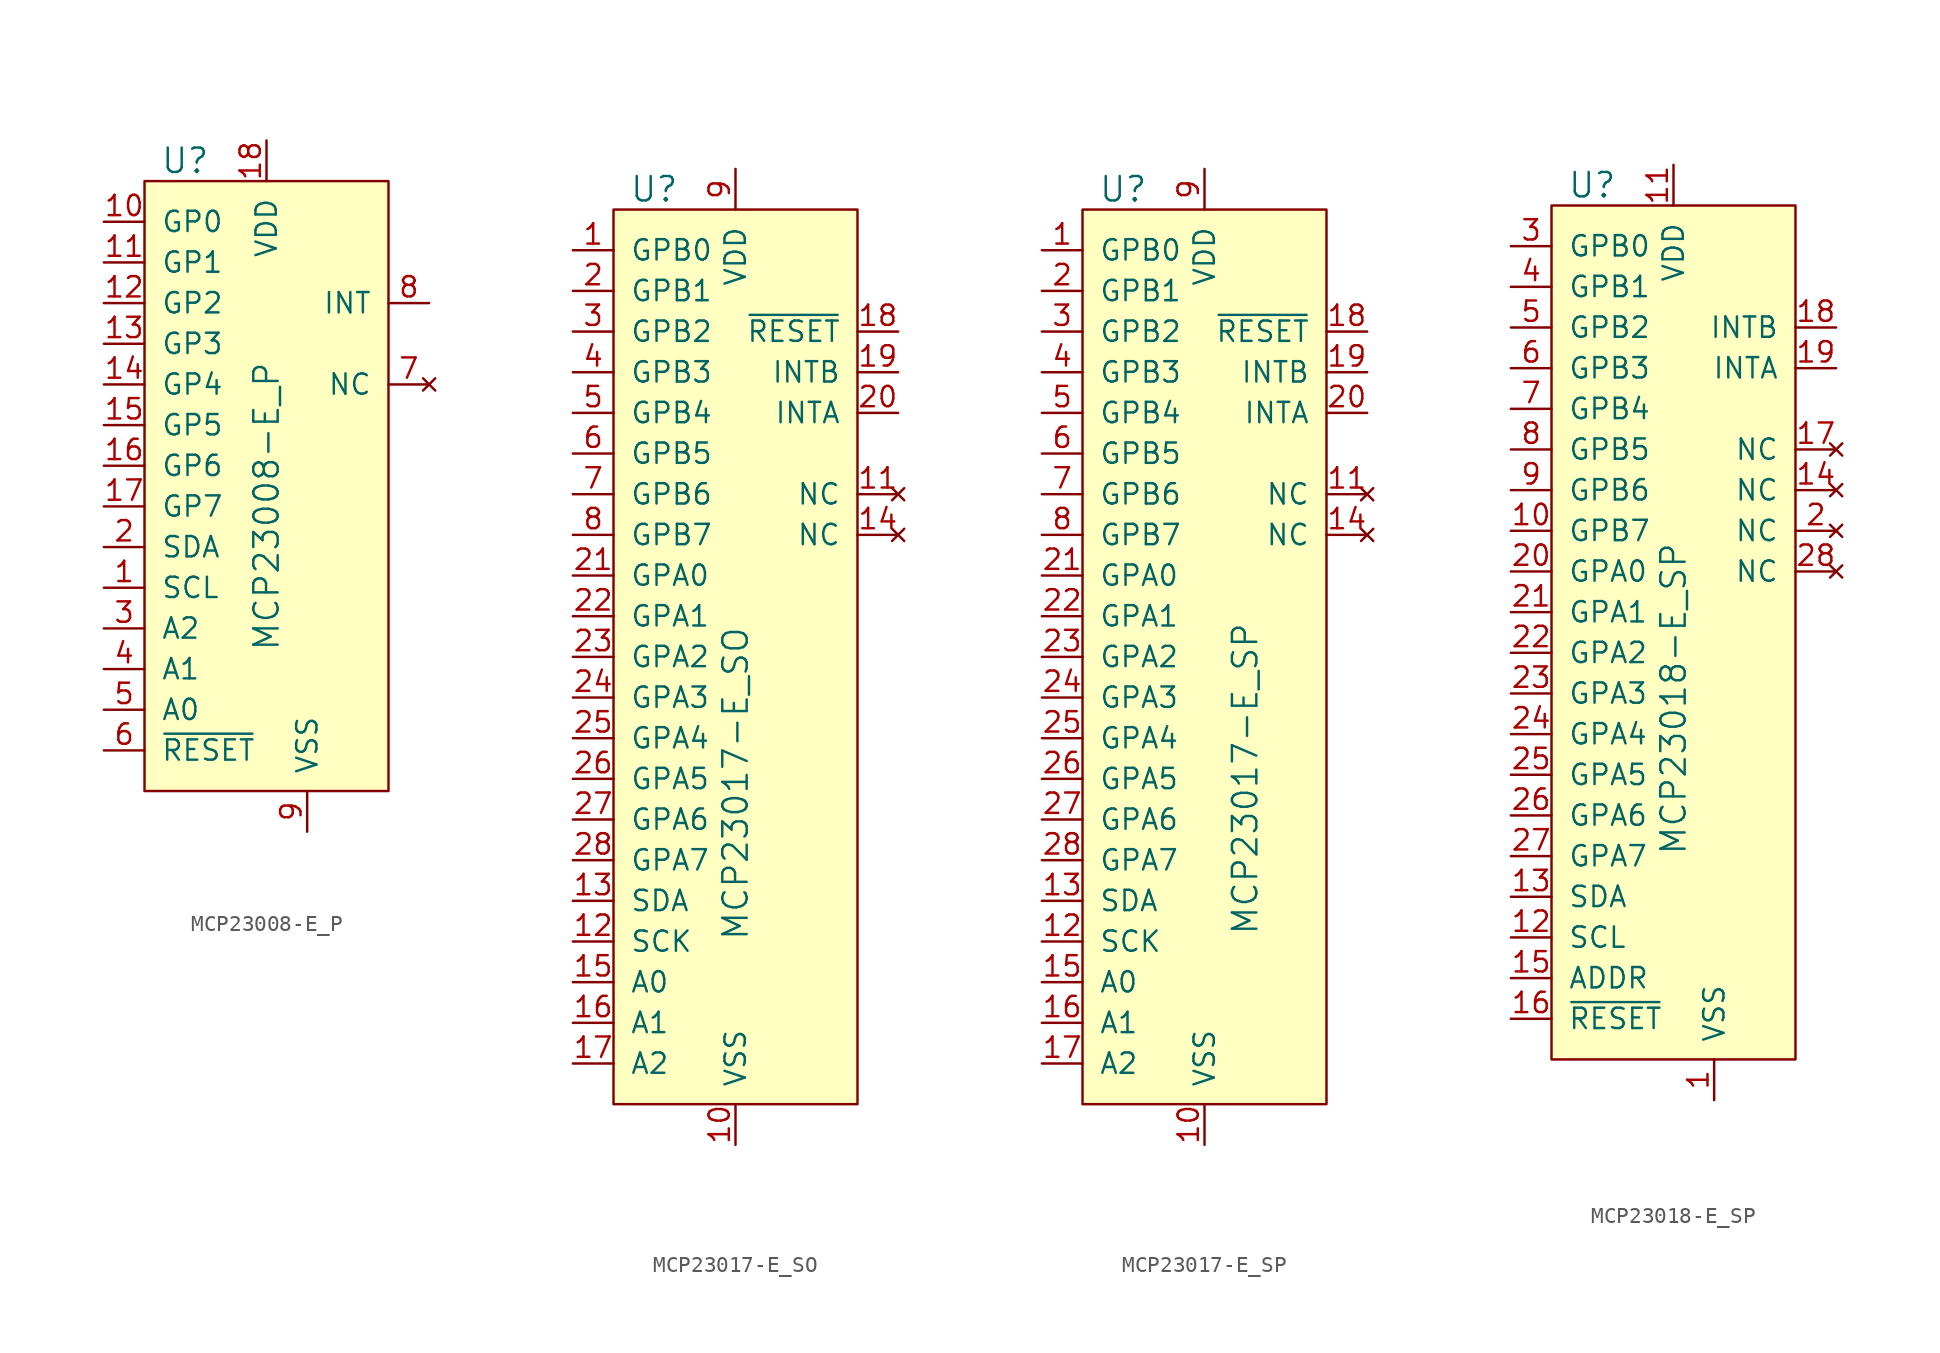
<source format=kicad_sym>
(kicad_symbol_lib
  (version 20211014)
  (generator kicad_symbol_editor)
  (symbol "MCP23008-E_P"
    (pin_names
      (offset 1.016))
    (property "Reference" "U"
      (at -7.62 16.51 0)
      (effects (font (size 1.524 1.524))))
    (property "Value" "MCP23008-E_P"
      (at -2.54 -5.08 90)
      (effects (font (size 1.524 1.524))))
    (symbol "MCP23008-E_P_0_1"
      (rectangle (start -10.16 15.24) (end 5.08 -22.86) (stroke (width 0) (type default) (color 0 0 0 0)) (fill (type background))))
    (symbol "MCP23008-E_P_1_1"
      (pin input line (at -12.7 -10.16 0) (length 2.54) (name "SCL" (effects (font (size 1.27 1.27)))) (number "1" (effects (font (size 1.27 1.27)))))
      (pin bidirectional line (at -12.7 12.7 0) (length 2.54) (name "GP0" (effects (font (size 1.27 1.27)))) (number "10" (effects (font (size 1.27 1.27)))))
      (pin bidirectional line (at -12.7 10.16 0) (length 2.54) (name "GP1" (effects (font (size 1.27 1.27)))) (number "11" (effects (font (size 1.27 1.27)))))
      (pin bidirectional line (at -12.7 7.62 0) (length 2.54) (name "GP2" (effects (font (size 1.27 1.27)))) (number "12" (effects (font (size 1.27 1.27)))))
      (pin bidirectional line (at -12.7 5.08 0) (length 2.54) (name "GP3" (effects (font (size 1.27 1.27)))) (number "13" (effects (font (size 1.27 1.27)))))
      (pin bidirectional line (at -12.7 2.54 0) (length 2.54) (name "GP4" (effects (font (size 1.27 1.27)))) (number "14" (effects (font (size 1.27 1.27)))))
      (pin bidirectional line (at -12.7 0 0) (length 2.54) (name "GP5" (effects (font (size 1.27 1.27)))) (number "15" (effects (font (size 1.27 1.27)))))
      (pin bidirectional line (at -12.7 -2.54 0) (length 2.54) (name "GP6" (effects (font (size 1.27 1.27)))) (number "16" (effects (font (size 1.27 1.27)))))
      (pin bidirectional line (at -12.7 -5.08 0) (length 2.54) (name "GP7" (effects (font (size 1.27 1.27)))) (number "17" (effects (font (size 1.27 1.27)))))
      (pin power_in line (at -2.54 17.78 270) (length 2.54) (name "VDD" (effects (font (size 1.27 1.27)))) (number "18" (effects (font (size 1.27 1.27)))))
      (pin bidirectional line (at -12.7 -7.62 0) (length 2.54) (name "SDA" (effects (font (size 1.27 1.27)))) (number "2" (effects (font (size 1.27 1.27)))))
      (pin input line (at -12.7 -12.7 0) (length 2.54) (name "A2" (effects (font (size 1.27 1.27)))) (number "3" (effects (font (size 1.27 1.27)))))
      (pin input line (at -12.7 -15.24 0) (length 2.54) (name "A1" (effects (font (size 1.27 1.27)))) (number "4" (effects (font (size 1.27 1.27)))))
      (pin input line (at -12.7 -17.78 0) (length 2.54) (name "A0" (effects (font (size 1.27 1.27)))) (number "5" (effects (font (size 1.27 1.27)))))
      (pin input line (at -12.7 -20.32 0) (length 2.54) (name "~{RESET}" (effects (font (size 1.27 1.27)))) (number "6" (effects (font (size 1.27 1.27)))))
      (pin no_connect line (at 7.62 2.54 180) (length 2.54) (name "NC" (effects (font (size 1.27 1.27)))) (number "7" (effects (font (size 1.27 1.27)))))
      (pin output line (at 7.62 7.62 180) (length 2.54) (name "INT" (effects (font (size 1.27 1.27)))) (number "8" (effects (font (size 1.27 1.27)))))
      (pin power_in line (at 0 -25.4 90) (length 2.54) (name "VSS" (effects (font (size 1.27 1.27)))) (number "9" (effects (font (size 1.27 1.27)))))))
  (symbol "MCP23017-E_SO"
    (pin_names
      (offset 1.016))
    (property "Reference" "U"
      (at -2.54 19.05 0)
      (effects (font (size 1.524 1.524))))
    (property "Value" "MCP23017-E_SO"
      (at 2.54 -27.94 90)
      (effects (font (size 1.524 1.524)) (justify left)))
    (symbol "MCP23017-E_SO_0_1"
      (rectangle (start -5.08 17.78) (end 10.16 -38.1) (stroke (width 0) (type default) (color 0 0 0 0)) (fill (type background))))
    (symbol "MCP23017-E_SO_1_1"
      (pin bidirectional line (at -7.62 15.24 0) (length 2.54) (name "GPB0" (effects (font (size 1.27 1.27)))) (number "1" (effects (font (size 1.27 1.27)))))
      (pin power_in line (at 2.54 -40.64 90) (length 2.54) (name "VSS" (effects (font (size 1.27 1.27)))) (number "10" (effects (font (size 1.27 1.27)))))
      (pin no_connect line (at 12.7 0 180) (length 2.54) (name "NC" (effects (font (size 1.27 1.27)))) (number "11" (effects (font (size 1.27 1.27)))))
      (pin input line (at -7.62 -27.94 0) (length 2.54) (name "SCK" (effects (font (size 1.27 1.27)))) (number "12" (effects (font (size 1.27 1.27)))))
      (pin bidirectional line (at -7.62 -25.4 0) (length 2.54) (name "SDA" (effects (font (size 1.27 1.27)))) (number "13" (effects (font (size 1.27 1.27)))))
      (pin no_connect line (at 12.7 -2.54 180) (length 2.54) (name "NC" (effects (font (size 1.27 1.27)))) (number "14" (effects (font (size 1.27 1.27)))))
      (pin input line (at -7.62 -30.48 0) (length 2.54) (name "A0" (effects (font (size 1.27 1.27)))) (number "15" (effects (font (size 1.27 1.27)))))
      (pin input line (at -7.62 -33.02 0) (length 2.54) (name "A1" (effects (font (size 1.27 1.27)))) (number "16" (effects (font (size 1.27 1.27)))))
      (pin input line (at -7.62 -35.56 0) (length 2.54) (name "A2" (effects (font (size 1.27 1.27)))) (number "17" (effects (font (size 1.27 1.27)))))
      (pin output line (at 12.7 10.16 180) (length 2.54) (name "~{RESET}" (effects (font (size 1.27 1.27)))) (number "18" (effects (font (size 1.27 1.27)))))
      (pin output line (at 12.7 7.62 180) (length 2.54) (name "INTB" (effects (font (size 1.27 1.27)))) (number "19" (effects (font (size 1.27 1.27)))))
      (pin bidirectional line (at -7.62 12.7 0) (length 2.54) (name "GPB1" (effects (font (size 1.27 1.27)))) (number "2" (effects (font (size 1.27 1.27)))))
      (pin output line (at 12.7 5.08 180) (length 2.54) (name "INTA" (effects (font (size 1.27 1.27)))) (number "20" (effects (font (size 1.27 1.27)))))
      (pin bidirectional line (at -7.62 -5.08 0) (length 2.54) (name "GPA0" (effects (font (size 1.27 1.27)))) (number "21" (effects (font (size 1.27 1.27)))))
      (pin bidirectional line (at -7.62 -7.62 0) (length 2.54) (name "GPA1" (effects (font (size 1.27 1.27)))) (number "22" (effects (font (size 1.27 1.27)))))
      (pin bidirectional line (at -7.62 -10.16 0) (length 2.54) (name "GPA2" (effects (font (size 1.27 1.27)))) (number "23" (effects (font (size 1.27 1.27)))))
      (pin bidirectional line (at -7.62 -12.7 0) (length 2.54) (name "GPA3" (effects (font (size 1.27 1.27)))) (number "24" (effects (font (size 1.27 1.27)))))
      (pin bidirectional line (at -7.62 -15.24 0) (length 2.54) (name "GPA4" (effects (font (size 1.27 1.27)))) (number "25" (effects (font (size 1.27 1.27)))))
      (pin bidirectional line (at -7.62 -17.78 0) (length 2.54) (name "GPA5" (effects (font (size 1.27 1.27)))) (number "26" (effects (font (size 1.27 1.27)))))
      (pin bidirectional line (at -7.62 -20.32 0) (length 2.54) (name "GPA6" (effects (font (size 1.27 1.27)))) (number "27" (effects (font (size 1.27 1.27)))))
      (pin bidirectional line (at -7.62 -22.86 0) (length 2.54) (name "GPA7" (effects (font (size 1.27 1.27)))) (number "28" (effects (font (size 1.27 1.27)))))
      (pin bidirectional line (at -7.62 10.16 0) (length 2.54) (name "GPB2" (effects (font (size 1.27 1.27)))) (number "3" (effects (font (size 1.27 1.27)))))
      (pin bidirectional line (at -7.62 7.62 0) (length 2.54) (name "GPB3" (effects (font (size 1.27 1.27)))) (number "4" (effects (font (size 1.27 1.27)))))
      (pin bidirectional line (at -7.62 5.08 0) (length 2.54) (name "GPB4" (effects (font (size 1.27 1.27)))) (number "5" (effects (font (size 1.27 1.27)))))
      (pin bidirectional line (at -7.62 2.54 0) (length 2.54) (name "GPB5" (effects (font (size 1.27 1.27)))) (number "6" (effects (font (size 1.27 1.27)))))
      (pin bidirectional line (at -7.62 0 0) (length 2.54) (name "GPB6" (effects (font (size 1.27 1.27)))) (number "7" (effects (font (size 1.27 1.27)))))
      (pin bidirectional line (at -7.62 -2.54 0) (length 2.54) (name "GPB7" (effects (font (size 1.27 1.27)))) (number "8" (effects (font (size 1.27 1.27)))))
      (pin power_in line (at 2.54 20.32 270) (length 2.54) (name "VDD" (effects (font (size 1.27 1.27)))) (number "9" (effects (font (size 1.27 1.27)))))))
  (symbol "MCP23017-E_SP"
    (pin_names
      (offset 1.016))
    (property "Reference" "U"
      (at -2.54 19.05 0)
      (effects (font (size 1.524 1.524))))
    (property "Value" "MCP23017-E_SP"
      (at 5.08 -17.78 90)
      (effects (font (size 1.524 1.524))))
    (symbol "MCP23017-E_SP_0_1"
      (rectangle (start -5.08 17.78) (end 10.16 -38.1) (stroke (width 0) (type default) (color 0 0 0 0)) (fill (type background))))
    (symbol "MCP23017-E_SP_1_1"
      (pin bidirectional line (at -7.62 15.24 0) (length 2.54) (name "GPB0" (effects (font (size 1.27 1.27)))) (number "1" (effects (font (size 1.27 1.27)))))
      (pin power_in line (at 2.54 -40.64 90) (length 2.54) (name "VSS" (effects (font (size 1.27 1.27)))) (number "10" (effects (font (size 1.27 1.27)))))
      (pin no_connect line (at 12.7 0 180) (length 2.54) (name "NC" (effects (font (size 1.27 1.27)))) (number "11" (effects (font (size 1.27 1.27)))))
      (pin input line (at -7.62 -27.94 0) (length 2.54) (name "SCK" (effects (font (size 1.27 1.27)))) (number "12" (effects (font (size 1.27 1.27)))))
      (pin bidirectional line (at -7.62 -25.4 0) (length 2.54) (name "SDA" (effects (font (size 1.27 1.27)))) (number "13" (effects (font (size 1.27 1.27)))))
      (pin no_connect line (at 12.7 -2.54 180) (length 2.54) (name "NC" (effects (font (size 1.27 1.27)))) (number "14" (effects (font (size 1.27 1.27)))))
      (pin input line (at -7.62 -30.48 0) (length 2.54) (name "A0" (effects (font (size 1.27 1.27)))) (number "15" (effects (font (size 1.27 1.27)))))
      (pin input line (at -7.62 -33.02 0) (length 2.54) (name "A1" (effects (font (size 1.27 1.27)))) (number "16" (effects (font (size 1.27 1.27)))))
      (pin input line (at -7.62 -35.56 0) (length 2.54) (name "A2" (effects (font (size 1.27 1.27)))) (number "17" (effects (font (size 1.27 1.27)))))
      (pin output line (at 12.7 10.16 180) (length 2.54) (name "~{RESET}" (effects (font (size 1.27 1.27)))) (number "18" (effects (font (size 1.27 1.27)))))
      (pin output line (at 12.7 7.62 180) (length 2.54) (name "INTB" (effects (font (size 1.27 1.27)))) (number "19" (effects (font (size 1.27 1.27)))))
      (pin bidirectional line (at -7.62 12.7 0) (length 2.54) (name "GPB1" (effects (font (size 1.27 1.27)))) (number "2" (effects (font (size 1.27 1.27)))))
      (pin output line (at 12.7 5.08 180) (length 2.54) (name "INTA" (effects (font (size 1.27 1.27)))) (number "20" (effects (font (size 1.27 1.27)))))
      (pin bidirectional line (at -7.62 -5.08 0) (length 2.54) (name "GPA0" (effects (font (size 1.27 1.27)))) (number "21" (effects (font (size 1.27 1.27)))))
      (pin bidirectional line (at -7.62 -7.62 0) (length 2.54) (name "GPA1" (effects (font (size 1.27 1.27)))) (number "22" (effects (font (size 1.27 1.27)))))
      (pin bidirectional line (at -7.62 -10.16 0) (length 2.54) (name "GPA2" (effects (font (size 1.27 1.27)))) (number "23" (effects (font (size 1.27 1.27)))))
      (pin bidirectional line (at -7.62 -12.7 0) (length 2.54) (name "GPA3" (effects (font (size 1.27 1.27)))) (number "24" (effects (font (size 1.27 1.27)))))
      (pin bidirectional line (at -7.62 -15.24 0) (length 2.54) (name "GPA4" (effects (font (size 1.27 1.27)))) (number "25" (effects (font (size 1.27 1.27)))))
      (pin bidirectional line (at -7.62 -17.78 0) (length 2.54) (name "GPA5" (effects (font (size 1.27 1.27)))) (number "26" (effects (font (size 1.27 1.27)))))
      (pin bidirectional line (at -7.62 -20.32 0) (length 2.54) (name "GPA6" (effects (font (size 1.27 1.27)))) (number "27" (effects (font (size 1.27 1.27)))))
      (pin bidirectional line (at -7.62 -22.86 0) (length 2.54) (name "GPA7" (effects (font (size 1.27 1.27)))) (number "28" (effects (font (size 1.27 1.27)))))
      (pin bidirectional line (at -7.62 10.16 0) (length 2.54) (name "GPB2" (effects (font (size 1.27 1.27)))) (number "3" (effects (font (size 1.27 1.27)))))
      (pin bidirectional line (at -7.62 7.62 0) (length 2.54) (name "GPB3" (effects (font (size 1.27 1.27)))) (number "4" (effects (font (size 1.27 1.27)))))
      (pin bidirectional line (at -7.62 5.08 0) (length 2.54) (name "GPB4" (effects (font (size 1.27 1.27)))) (number "5" (effects (font (size 1.27 1.27)))))
      (pin bidirectional line (at -7.62 2.54 0) (length 2.54) (name "GPB5" (effects (font (size 1.27 1.27)))) (number "6" (effects (font (size 1.27 1.27)))))
      (pin bidirectional line (at -7.62 0 0) (length 2.54) (name "GPB6" (effects (font (size 1.27 1.27)))) (number "7" (effects (font (size 1.27 1.27)))))
      (pin bidirectional line (at -7.62 -2.54 0) (length 2.54) (name "GPB7" (effects (font (size 1.27 1.27)))) (number "8" (effects (font (size 1.27 1.27)))))
      (pin power_in line (at 2.54 20.32 270) (length 2.54) (name "VDD" (effects (font (size 1.27 1.27)))) (number "9" (effects (font (size 1.27 1.27)))))))
  (symbol "MCP23018-E_SP"
    (pin_names
      (offset 1.016))
    (property "Reference" "U"
      (at -2.54 19.05 0)
      (effects (font (size 1.524 1.524))))
    (property "Value" "MCP23018-E_SP"
      (at 2.54 -22.86 90)
      (effects (font (size 1.524 1.524)) (justify left)))
    (symbol "MCP23018-E_SP_0_1"
      (rectangle (start -5.08 17.78) (end 10.16 -35.56) (stroke (width 0) (type default) (color 0 0 0 0)) (fill (type background))))
    (symbol "MCP23018-E_SP_1_1"
      (pin power_in line (at 5.08 -38.1 90) (length 2.54) (name "VSS" (effects (font (size 1.27 1.27)))) (number "1" (effects (font (size 1.27 1.27)))))
      (pin bidirectional line (at -7.62 -2.54 0) (length 2.54) (name "GPB7" (effects (font (size 1.27 1.27)))) (number "10" (effects (font (size 1.27 1.27)))))
      (pin power_in line (at 2.54 20.32 270) (length 2.54) (name "VDD" (effects (font (size 1.27 1.27)))) (number "11" (effects (font (size 1.27 1.27)))))
      (pin input line (at -7.62 -27.94 0) (length 2.54) (name "SCL" (effects (font (size 1.27 1.27)))) (number "12" (effects (font (size 1.27 1.27)))))
      (pin bidirectional line (at -7.62 -25.4 0) (length 2.54) (name "SDA" (effects (font (size 1.27 1.27)))) (number "13" (effects (font (size 1.27 1.27)))))
      (pin no_connect line (at 12.7 0 180) (length 2.54) (name "NC" (effects (font (size 1.27 1.27)))) (number "14" (effects (font (size 1.27 1.27)))))
      (pin input line (at -7.62 -30.48 0) (length 2.54) (name "ADDR" (effects (font (size 1.27 1.27)))) (number "15" (effects (font (size 1.27 1.27)))))
      (pin input line (at -7.62 -33.02 0) (length 2.54) (name "~{RESET}" (effects (font (size 1.27 1.27)))) (number "16" (effects (font (size 1.27 1.27)))))
      (pin no_connect line (at 12.7 2.54 180) (length 2.54) (name "NC" (effects (font (size 1.27 1.27)))) (number "17" (effects (font (size 1.27 1.27)))))
      (pin output line (at 12.7 10.16 180) (length 2.54) (name "INTB" (effects (font (size 1.27 1.27)))) (number "18" (effects (font (size 1.27 1.27)))))
      (pin output line (at 12.7 7.62 180) (length 2.54) (name "INTA" (effects (font (size 1.27 1.27)))) (number "19" (effects (font (size 1.27 1.27)))))
      (pin no_connect line (at 12.7 -2.54 180) (length 2.54) (name "NC" (effects (font (size 1.27 1.27)))) (number "2" (effects (font (size 1.27 1.27)))))
      (pin bidirectional line (at -7.62 -5.08 0) (length 2.54) (name "GPA0" (effects (font (size 1.27 1.27)))) (number "20" (effects (font (size 1.27 1.27)))))
      (pin bidirectional line (at -7.62 -7.62 0) (length 2.54) (name "GPA1" (effects (font (size 1.27 1.27)))) (number "21" (effects (font (size 1.27 1.27)))))
      (pin bidirectional line (at -7.62 -10.16 0) (length 2.54) (name "GPA2" (effects (font (size 1.27 1.27)))) (number "22" (effects (font (size 1.27 1.27)))))
      (pin bidirectional line (at -7.62 -12.7 0) (length 2.54) (name "GPA3" (effects (font (size 1.27 1.27)))) (number "23" (effects (font (size 1.27 1.27)))))
      (pin bidirectional line (at -7.62 -15.24 0) (length 2.54) (name "GPA4" (effects (font (size 1.27 1.27)))) (number "24" (effects (font (size 1.27 1.27)))))
      (pin bidirectional line (at -7.62 -17.78 0) (length 2.54) (name "GPA5" (effects (font (size 1.27 1.27)))) (number "25" (effects (font (size 1.27 1.27)))))
      (pin bidirectional line (at -7.62 -20.32 0) (length 2.54) (name "GPA6" (effects (font (size 1.27 1.27)))) (number "26" (effects (font (size 1.27 1.27)))))
      (pin bidirectional line (at -7.62 -22.86 0) (length 2.54) (name "GPA7" (effects (font (size 1.27 1.27)))) (number "27" (effects (font (size 1.27 1.27)))))
      (pin no_connect line (at 12.7 -5.08 180) (length 2.54) (name "NC" (effects (font (size 1.27 1.27)))) (number "28" (effects (font (size 1.27 1.27)))))
      (pin bidirectional line (at -7.62 15.24 0) (length 2.54) (name "GPB0" (effects (font (size 1.27 1.27)))) (number "3" (effects (font (size 1.27 1.27)))))
      (pin bidirectional line (at -7.62 12.7 0) (length 2.54) (name "GPB1" (effects (font (size 1.27 1.27)))) (number "4" (effects (font (size 1.27 1.27)))))
      (pin bidirectional line (at -7.62 10.16 0) (length 2.54) (name "GPB2" (effects (font (size 1.27 1.27)))) (number "5" (effects (font (size 1.27 1.27)))))
      (pin bidirectional line (at -7.62 7.62 0) (length 2.54) (name "GPB3" (effects (font (size 1.27 1.27)))) (number "6" (effects (font (size 1.27 1.27)))))
      (pin bidirectional line (at -7.62 5.08 0) (length 2.54) (name "GPB4" (effects (font (size 1.27 1.27)))) (number "7" (effects (font (size 1.27 1.27)))))
      (pin bidirectional line (at -7.62 2.54 0) (length 2.54) (name "GPB5" (effects (font (size 1.27 1.27)))) (number "8" (effects (font (size 1.27 1.27)))))
      (pin bidirectional line (at -7.62 0 0) (length 2.54) (name "GPB6" (effects (font (size 1.27 1.27)))) (number "9" (effects (font (size 1.27 1.27))))))))
</source>
